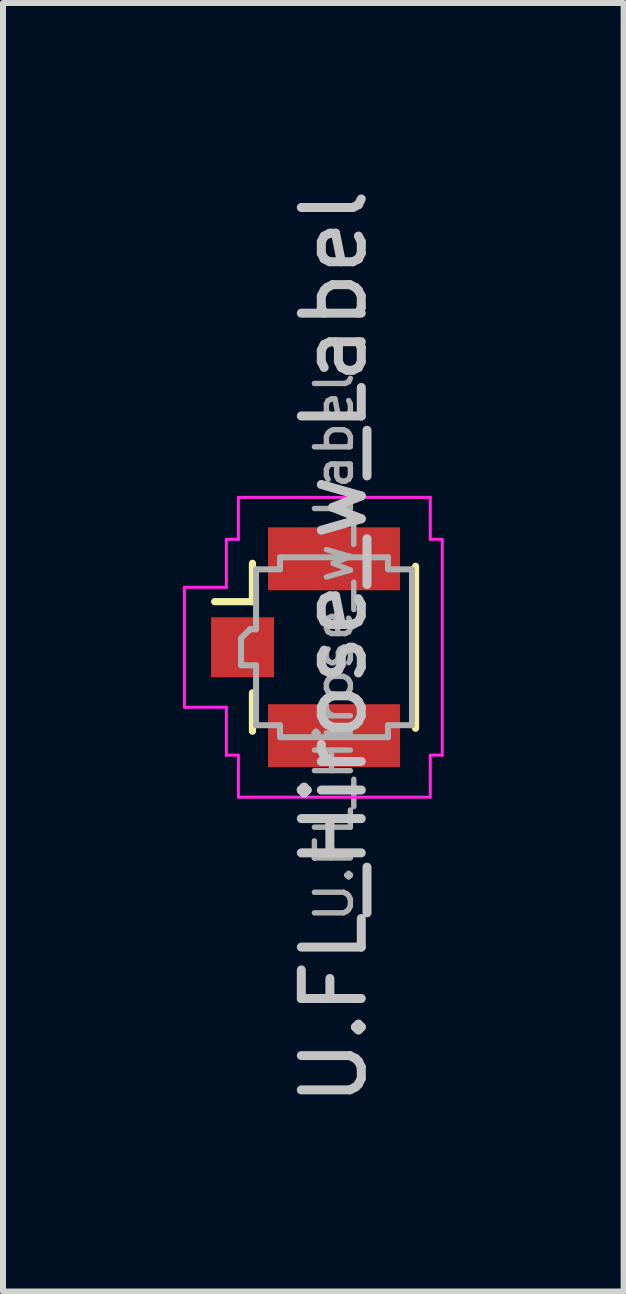
<source format=kicad_pcb>
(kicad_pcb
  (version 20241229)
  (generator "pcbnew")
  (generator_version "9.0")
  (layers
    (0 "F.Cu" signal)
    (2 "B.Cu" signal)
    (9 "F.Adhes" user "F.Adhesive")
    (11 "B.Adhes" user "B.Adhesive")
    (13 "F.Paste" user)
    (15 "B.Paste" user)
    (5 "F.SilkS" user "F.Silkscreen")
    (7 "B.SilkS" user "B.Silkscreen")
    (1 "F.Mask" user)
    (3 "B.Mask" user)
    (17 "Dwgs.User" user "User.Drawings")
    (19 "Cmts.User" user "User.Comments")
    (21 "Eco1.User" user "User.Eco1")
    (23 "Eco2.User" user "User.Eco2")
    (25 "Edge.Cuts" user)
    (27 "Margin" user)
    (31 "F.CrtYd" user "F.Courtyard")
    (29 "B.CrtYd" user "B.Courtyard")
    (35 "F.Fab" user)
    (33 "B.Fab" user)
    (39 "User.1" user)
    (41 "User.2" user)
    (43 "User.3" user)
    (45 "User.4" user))
  (footprint "U.FL_Hirose_w_Label"
    (layer "F.Cu")
    (at 2.045 7.744)
    (property "Reference" "U.FL_Hirose_w_Label" (at 0.475 0 90) (layer "Dwgs.User") (effects (font (size 1 1) (thickness 0.15))))
    (attr smd)
    (fp_line (start -0.885 -1.4) (end -0.885 -0.76) (stroke (width 0.12) (type solid)) (layer "F.SilkS"))
    (fp_line (start -0.885 -0.76) (end -1.515 -0.76) (stroke (width 0.12) (type solid)) (layer "F.SilkS"))
    (fp_line (start -0.885 1.4) (end -0.885 0.76) (stroke (width 0.12) (type solid)) (layer "F.SilkS"))
    (fp_line (start 1.835 -1.35) (end 1.835 1.35) (stroke (width 0.12) (type solid)) (layer "F.SilkS"))
    (fp_line (start -2.02 1) (end -2.02 -1) (stroke (width 0.05) (type solid)) (layer "F.CrtYd"))
    (fp_line (start -1.32 -1.8) (end -1.12 -1.8) (stroke (width 0.05) (type solid)) (layer "F.CrtYd"))
    (fp_line (start -1.32 -1) (end -2.02 -1) (stroke (width 0.05) (type solid)) (layer "F.CrtYd"))
    (fp_line (start -1.32 -1) (end -1.32 -1.8) (stroke (width 0.05) (type solid)) (layer "F.CrtYd"))
    (fp_line (start -1.32 1) (end -2.02 1) (stroke (width 0.05) (type solid)) (layer "F.CrtYd"))
    (fp_line (start -1.32 1.8) (end -1.32 1) (stroke (width 0.05) (type solid)) (layer "F.CrtYd"))
    (fp_line (start -1.32 1.8) (end -1.12 1.8) (stroke (width 0.05) (type solid)) (layer "F.CrtYd"))
    (fp_line (start -1.12 -1.8) (end -1.12 -2.5) (stroke (width 0.05) (type solid)) (layer "F.CrtYd"))
    (fp_line (start -1.12 2.5) (end -1.12 1.8) (stroke (width 0.05) (type solid)) (layer "F.CrtYd"))
    (fp_line (start 2.08 -2.5) (end -1.12 -2.5) (stroke (width 0.05) (type solid)) (layer "F.CrtYd"))
    (fp_line (start 2.08 -1.8) (end 2.08 -2.5) (stroke (width 0.05) (type solid)) (layer "F.CrtYd"))
    (fp_line (start 2.08 -1.8) (end 2.28 -1.8) (stroke (width 0.05) (type solid)) (layer "F.CrtYd"))
    (fp_line (start 2.08 1.8) (end 2.28 1.8) (stroke (width 0.05) (type solid)) (layer "F.CrtYd"))
    (fp_line (start 2.08 2.5) (end -1.12 2.5) (stroke (width 0.05) (type solid)) (layer "F.CrtYd"))
    (fp_line (start 2.08 2.5) (end 2.08 1.8) (stroke (width 0.05) (type solid)) (layer "F.CrtYd"))
    (fp_line (start 2.28 1.8) (end 2.28 -1.8) (stroke (width 0.05) (type solid)) (layer "F.CrtYd"))
    (fp_line (start -1.075 0.3) (end -1.075 -0.15) (stroke (width 0.1) (type solid)) (layer "F.Fab"))
    (fp_line (start -1.075 0.3) (end -0.825 0.3) (stroke (width 0.1) (type solid)) (layer "F.Fab"))
    (fp_line (start -0.925 -0.3) (end -1.075 -0.15) (stroke (width 0.1) (type solid)) (layer "F.Fab"))
    (fp_line (start -0.925 -0.3) (end -0.825 -0.3) (stroke (width 0.1) (type solid)) (layer "F.Fab"))
    (fp_line (start -0.825 -0.3) (end -0.825 -1.3) (stroke (width 0.1) (type solid)) (layer "F.Fab"))
    (fp_line (start -0.825 0.3) (end -0.825 1.3) (stroke (width 0.1) (type solid)) (layer "F.Fab"))
    (fp_line (start -0.425 -1.5) (end -0.425 -1.3) (stroke (width 0.1) (type solid)) (layer "F.Fab"))
    (fp_line (start -0.425 -1.5) (end 1.375 -1.5) (stroke (width 0.1) (type solid)) (layer "F.Fab"))
    (fp_line (start -0.425 -1.3) (end -0.825 -1.3) (stroke (width 0.1) (type solid)) (layer "F.Fab"))
    (fp_line (start -0.425 1.3) (end -0.825 1.3) (stroke (width 0.1) (type solid)) (layer "F.Fab"))
    (fp_line (start -0.425 1.5) (end -0.425 1.3) (stroke (width 0.1) (type solid)) (layer "F.Fab"))
    (fp_line (start -0.425 1.5) (end 1.375 1.5) (stroke (width 0.1) (type solid)) (layer "F.Fab"))
    (fp_line (start 1.375 -1.5) (end 1.375 -1.3) (stroke (width 0.1) (type solid)) (layer "F.Fab"))
    (fp_line (start 1.375 1.5) (end 1.375 1.3) (stroke (width 0.1) (type solid)) (layer "F.Fab"))
    (fp_line (start 1.775 -1.3) (end 1.375 -1.3) (stroke (width 0.1) (type solid)) (layer "F.Fab"))
    (fp_line (start 1.775 -1.3) (end 1.775 1.3) (stroke (width 0.1) (type solid)) (layer "F.Fab"))
    (fp_line (start 1.775 1.3) (end 1.375 1.3) (stroke (width 0.1) (type solid)) (layer "F.Fab"))
    (fp_text user "${REFERENCE}" (at 0.475 0 90) (layer "F.Fab") (effects (font (size 0.6 0.6) (thickness 0.09))))
    (pad "1" smd rect (at -1.05 0) (size 1.05 1) (layers "F.Cu" "F.Mask" "F.Paste"))
    (pad "2" smd rect (at 0.475 -1.475) (size 2.2 1.05) (layers "F.Cu" "F.Mask" "F.Paste"))
    (pad "2" smd rect (at 0.475 1.475) (size 2.2 1.05) (layers "F.Cu" "F.Mask" "F.Paste")))
  (gr_rect
    (start -3 -3)
    (end 7.35 18.488)
    (stroke (width 0.1) (type default))
    (fill no)
    (layer "Edge.Cuts")))
</source>
